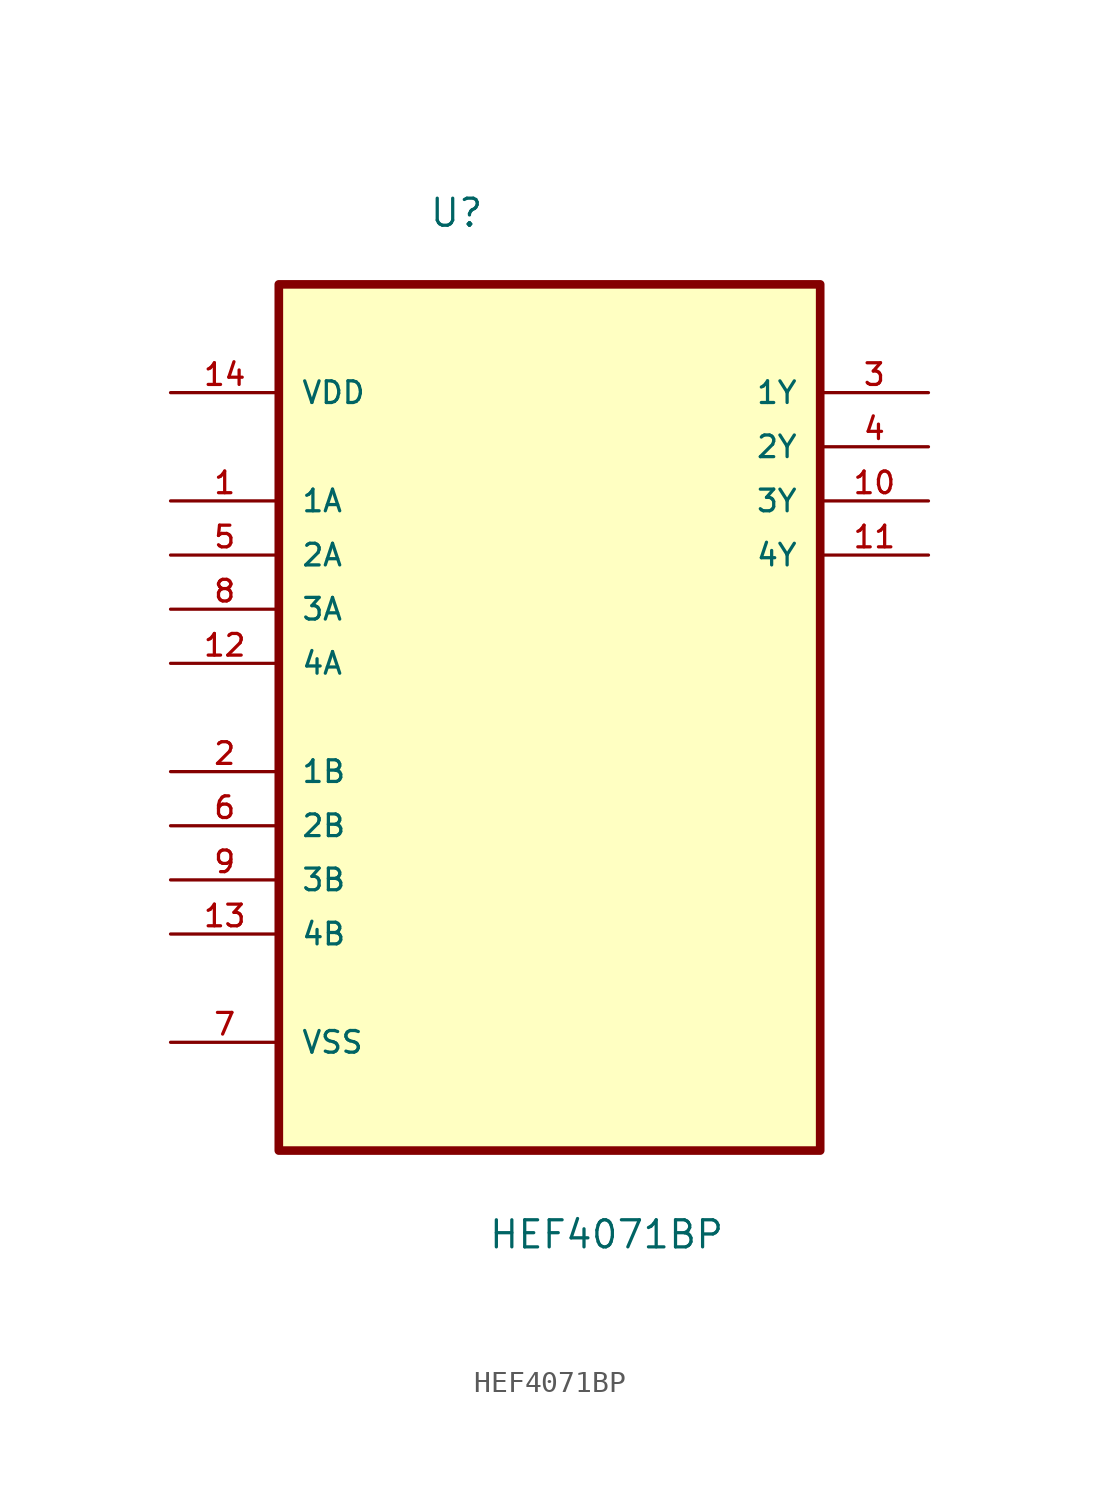
<source format=kicad_sym>
(kicad_symbol_lib
  (version 20211014)
  (generator kicad_symbol_editor)
  (symbol "HEF4071BP"
    (pin_names
      (offset 1.016))
    (property "Reference" "U"
      (at -5.67 20.39 0.0)
      (effects (font (size 1.27 1.27)) (justify bottom left)))
    (property "Value" "HEF4071BP"
      (at -2.896 -27.541 0.0)
      (effects (font (size 1.27 1.27)) (justify bottom left)))
    (symbol "HEF4071BP_0_0"
      (rectangle (start -12.7 -22.86) (end 12.7 17.78) (stroke (width 0.406)) (fill (type background)))
      (pin power_in line (at -17.78 12.7 0) (length 5.08) (name "VDD" (effects (font (size 1.016 1.016)))) (number "14" (effects (font (size 1.016 1.016)))))
      (pin input line (at -17.78 7.62 0) (length 5.08) (name "1A" (effects (font (size 1.016 1.016)))) (number "1" (effects (font (size 1.016 1.016)))))
      (pin input line (at -17.78 5.08 0) (length 5.08) (name "2A" (effects (font (size 1.016 1.016)))) (number "5" (effects (font (size 1.016 1.016)))))
      (pin input line (at -17.78 2.54 0) (length 5.08) (name "3A" (effects (font (size 1.016 1.016)))) (number "8" (effects (font (size 1.016 1.016)))))
      (pin input line (at -17.78 0.0 0) (length 5.08) (name "4A" (effects (font (size 1.016 1.016)))) (number "12" (effects (font (size 1.016 1.016)))))
      (pin input line (at -17.78 -5.08 0) (length 5.08) (name "1B" (effects (font (size 1.016 1.016)))) (number "2" (effects (font (size 1.016 1.016)))))
      (pin input line (at -17.78 -7.62 0) (length 5.08) (name "2B" (effects (font (size 1.016 1.016)))) (number "6" (effects (font (size 1.016 1.016)))))
      (pin input line (at -17.78 -10.16 0) (length 5.08) (name "3B" (effects (font (size 1.016 1.016)))) (number "9" (effects (font (size 1.016 1.016)))))
      (pin input line (at -17.78 -12.7 0) (length 5.08) (name "4B" (effects (font (size 1.016 1.016)))) (number "13" (effects (font (size 1.016 1.016)))))
      (pin passive line (at -17.78 -17.78 0) (length 5.08) (name "VSS" (effects (font (size 1.016 1.016)))) (number "7" (effects (font (size 1.016 1.016)))))
      (pin output line (at 17.78 12.7 180.0) (length 5.08) (name "1Y" (effects (font (size 1.016 1.016)))) (number "3" (effects (font (size 1.016 1.016)))))
      (pin output line (at 17.78 10.16 180.0) (length 5.08) (name "2Y" (effects (font (size 1.016 1.016)))) (number "4" (effects (font (size 1.016 1.016)))))
      (pin output line (at 17.78 7.62 180.0) (length 5.08) (name "3Y" (effects (font (size 1.016 1.016)))) (number "10" (effects (font (size 1.016 1.016)))))
      (pin output line (at 17.78 5.08 180.0) (length 5.08) (name "4Y" (effects (font (size 1.016 1.016)))) (number "11" (effects (font (size 1.016 1.016))))))))
</source>
